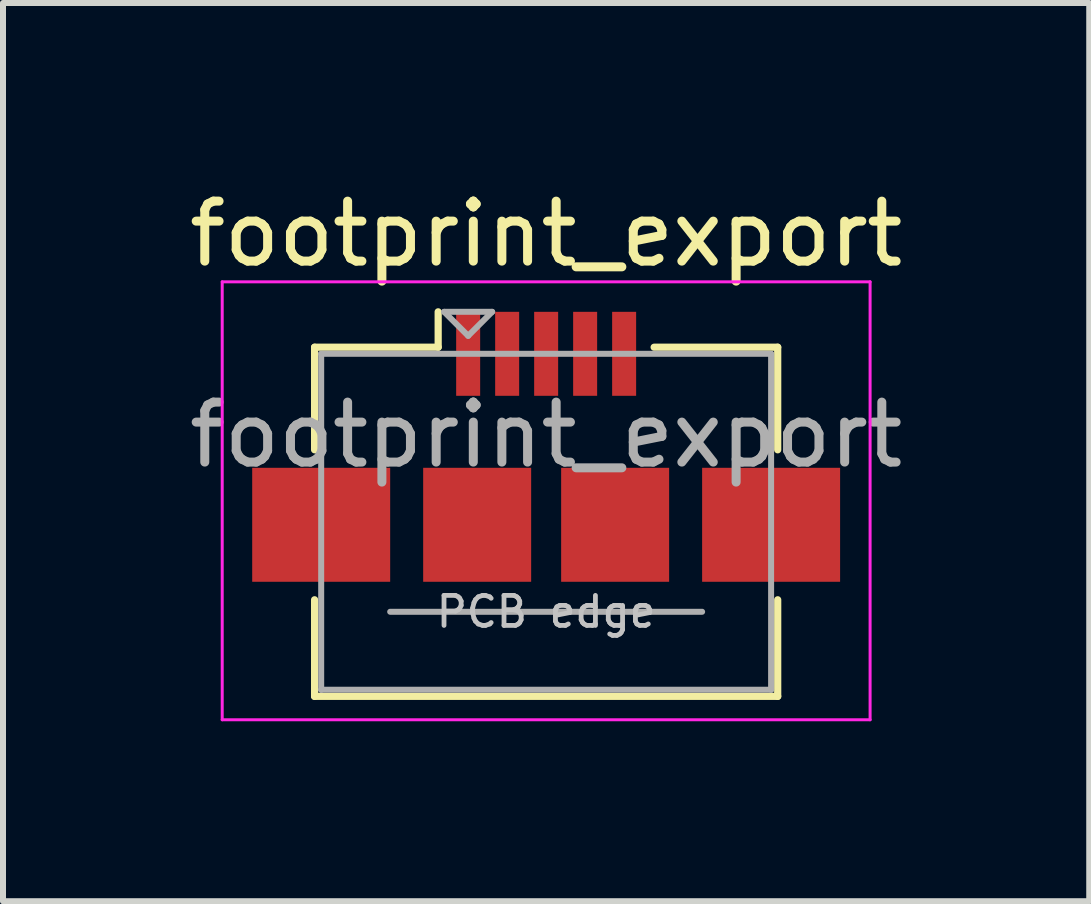
<source format=kicad_pcb>
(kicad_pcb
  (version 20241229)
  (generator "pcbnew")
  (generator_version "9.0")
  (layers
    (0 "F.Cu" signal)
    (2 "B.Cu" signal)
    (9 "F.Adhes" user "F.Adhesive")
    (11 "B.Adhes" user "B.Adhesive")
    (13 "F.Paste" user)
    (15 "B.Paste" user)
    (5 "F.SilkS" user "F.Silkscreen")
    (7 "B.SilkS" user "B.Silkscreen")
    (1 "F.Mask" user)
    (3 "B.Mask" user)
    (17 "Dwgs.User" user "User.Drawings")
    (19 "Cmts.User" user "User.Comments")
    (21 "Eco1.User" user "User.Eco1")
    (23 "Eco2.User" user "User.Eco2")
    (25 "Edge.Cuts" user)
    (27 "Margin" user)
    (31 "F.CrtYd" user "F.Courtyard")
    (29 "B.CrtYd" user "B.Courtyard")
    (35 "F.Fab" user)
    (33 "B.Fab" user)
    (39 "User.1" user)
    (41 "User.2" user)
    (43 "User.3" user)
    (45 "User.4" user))
  (footprint "footprint_export"
    (layer "F.Cu")
    (at 6.054 4.398)
    (property "Reference" "footprint_export" (at 0 -3.55 0) (layer "F.SilkS") (effects (font (size 1 1) (thickness 0.15))))
    (attr smd)
    (fp_line (start -3.86 -1.66) (end -1.8 -1.66) (stroke (width 0.12) (type solid)) (layer "F.SilkS"))
    (fp_line (start -3.86 0.05) (end -3.86 -1.66) (stroke (width 0.12) (type solid)) (layer "F.SilkS"))
    (fp_line (start -3.86 4.16) (end -3.86 2.55) (stroke (width 0.12) (type solid)) (layer "F.SilkS"))
    (fp_line (start -3.86 4.16) (end 3.86 4.16) (stroke (width 0.12) (type solid)) (layer "F.SilkS"))
    (fp_line (start -1.8 -1.66) (end -1.8 -2.25) (stroke (width 0.12) (type solid)) (layer "F.SilkS"))
    (fp_line (start 3.86 -1.66) (end 1.8 -1.66) (stroke (width 0.12) (type solid)) (layer "F.SilkS"))
    (fp_line (start 3.86 0.05) (end 3.86 -1.66) (stroke (width 0.12) (type solid)) (layer "F.SilkS"))
    (fp_line (start 3.86 4.16) (end 3.86 2.55) (stroke (width 0.12) (type solid)) (layer "F.SilkS"))
    (fp_line (start -5.4 -2.75) (end -5.4 4.55) (stroke (width 0.05) (type solid)) (layer "F.CrtYd"))
    (fp_line (start -5.4 4.55) (end 5.4 4.55) (stroke (width 0.05) (type solid)) (layer "F.CrtYd"))
    (fp_line (start 5.4 -2.75) (end -5.4 -2.75) (stroke (width 0.05) (type solid)) (layer "F.CrtYd"))
    (fp_line (start 5.4 4.55) (end 5.4 -2.75) (stroke (width 0.05) (type solid)) (layer "F.CrtYd"))
    (fp_line (start -3.75 -1.55) (end 3.75 -1.55) (stroke (width 0.1) (type solid)) (layer "F.Fab"))
    (fp_line (start -3.75 4.05) (end -3.75 -1.55) (stroke (width 0.1) (type solid)) (layer "F.Fab"))
    (fp_line (start -2.6 2.75) (end 2.6 2.75) (stroke (width 0.1) (type solid)) (layer "F.Fab"))
    (fp_line (start -1.7 -2.25) (end -1.3 -1.85) (stroke (width 0.1) (type solid)) (layer "F.Fab"))
    (fp_line (start -1.3 -1.85) (end -0.9 -2.25) (stroke (width 0.1) (type solid)) (layer "F.Fab"))
    (fp_line (start -0.9 -2.25) (end -1.7 -2.25) (stroke (width 0.1) (type solid)) (layer "F.Fab"))
    (fp_line (start 3.75 -1.55) (end 3.75 4.05) (stroke (width 0.1) (type solid)) (layer "F.Fab"))
    (fp_line (start 3.75 4.05) (end -3.75 4.05) (stroke (width 0.1) (type solid)) (layer "F.Fab"))
    (fp_text user "PCB edge" (at 0 2.75 0) (layer "Dwgs.User") (effects (font (size 0.5 0.5) (thickness 0.08))))
    (fp_text user "${REFERENCE}" (at 0 -0.2 0) (layer "F.Fab") (effects (font (size 1 1) (thickness 0.15))))
    (pad "1" smd rect (at -1.3 -1.55) (size 0.4 1.4) (layers "F.Cu" "F.Mask" "F.Paste"))
    (pad "2" smd rect (at -0.65 -1.55) (size 0.4 1.4) (layers "F.Cu" "F.Mask" "F.Paste"))
    (pad "3" smd rect (at 0 -1.55) (size 0.4 1.4) (layers "F.Cu" "F.Mask" "F.Paste"))
    (pad "4" smd rect (at 0.65 -1.55) (size 0.4 1.4) (layers "F.Cu" "F.Mask" "F.Paste"))
    (pad "5" smd rect (at 1.3 -1.55) (size 0.4 1.4) (layers "F.Cu" "F.Mask" "F.Paste"))
    (pad "6" smd rect (at -3.75 1.3) (size 2.3 1.9) (layers "F.Cu" "F.Mask" "F.Paste"))
    (pad "6" smd rect (at -1.15 1.3) (size 1.8 1.9) (layers "F.Cu" "F.Mask" "F.Paste"))
    (pad "6" smd rect (at 1.15 1.3) (size 1.8 1.9) (layers "F.Cu" "F.Mask" "F.Paste"))
    (pad "6" smd rect (at 3.75 1.3) (size 2.3 1.9) (layers "F.Cu" "F.Mask" "F.Paste")))
  (gr_rect
    (start -3 -3)
    (end 15.107 11.973)
    (stroke (width 0.1) (type default))
    (fill no)
    (layer "Edge.Cuts")))
</source>
